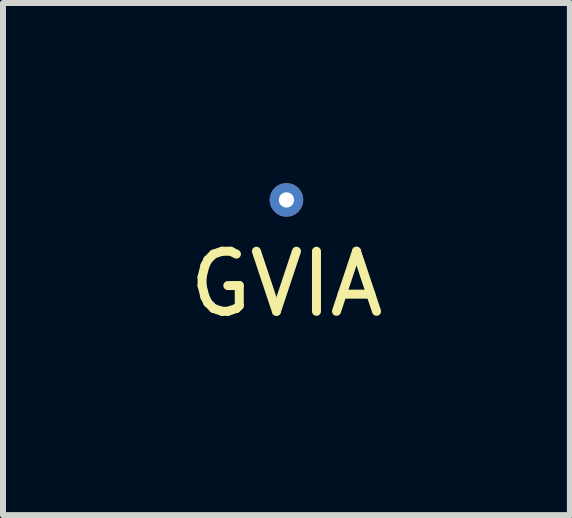
<source format=kicad_pcb>
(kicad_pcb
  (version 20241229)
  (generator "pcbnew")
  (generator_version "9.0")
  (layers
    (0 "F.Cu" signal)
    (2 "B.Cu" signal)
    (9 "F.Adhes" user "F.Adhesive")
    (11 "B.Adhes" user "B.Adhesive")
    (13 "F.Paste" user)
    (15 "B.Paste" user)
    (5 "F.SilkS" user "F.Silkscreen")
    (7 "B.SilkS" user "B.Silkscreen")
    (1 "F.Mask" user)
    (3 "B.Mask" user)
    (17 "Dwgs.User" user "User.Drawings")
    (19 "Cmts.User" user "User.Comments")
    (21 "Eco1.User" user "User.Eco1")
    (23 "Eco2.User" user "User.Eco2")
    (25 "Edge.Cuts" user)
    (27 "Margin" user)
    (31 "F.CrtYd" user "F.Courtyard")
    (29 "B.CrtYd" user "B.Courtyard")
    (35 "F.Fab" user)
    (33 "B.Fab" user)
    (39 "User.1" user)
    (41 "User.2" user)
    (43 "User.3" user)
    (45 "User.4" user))
  (footprint "GVIA"
    (layer "F.Cu")
    (at 1.72 0.279)
    (property "Reference" "GVIA" (at 0 1.4 0) (layer "F.SilkS") (effects (font (size 1 1) (thickness 0.15))))
    (attr through_hole)
    (pad "1" thru_hole circle (at 0 0) (size 0.559 0.559) (drill 0.254) (layers "*.Cu")))
  (gr_rect
    (start -3 -3)
    (end 6.44 5.528)
    (stroke (width 0.1) (type default))
    (fill no)
    (layer "Edge.Cuts")))
</source>
